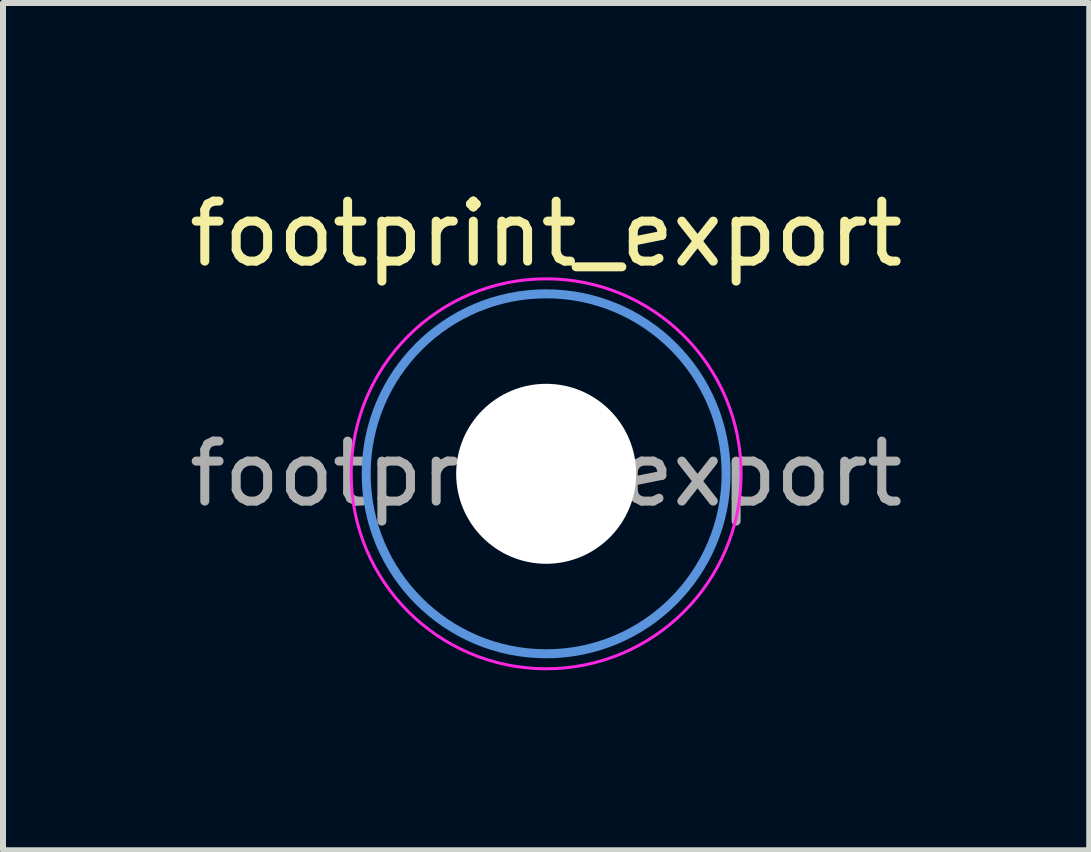
<source format=kicad_pcb>
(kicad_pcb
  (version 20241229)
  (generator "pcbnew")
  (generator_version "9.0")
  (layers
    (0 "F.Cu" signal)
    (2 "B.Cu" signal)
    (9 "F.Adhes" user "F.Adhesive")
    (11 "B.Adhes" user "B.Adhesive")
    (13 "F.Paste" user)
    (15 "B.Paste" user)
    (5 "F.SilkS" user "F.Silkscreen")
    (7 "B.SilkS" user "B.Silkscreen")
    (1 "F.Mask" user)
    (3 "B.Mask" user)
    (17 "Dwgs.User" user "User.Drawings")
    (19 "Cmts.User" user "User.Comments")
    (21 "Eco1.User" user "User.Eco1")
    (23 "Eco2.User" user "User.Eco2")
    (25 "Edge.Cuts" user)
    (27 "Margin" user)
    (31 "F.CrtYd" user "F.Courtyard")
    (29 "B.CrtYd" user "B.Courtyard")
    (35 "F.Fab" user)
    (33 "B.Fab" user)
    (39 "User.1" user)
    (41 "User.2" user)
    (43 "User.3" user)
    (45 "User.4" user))
  (footprint "footprint_export"
    (layer "F.Cu")
    (at 6.054 4.848)
    (property "Reference" "footprint_export" (at 0 -4 0) (layer "F.SilkS") (effects (font (size 1 1) (thickness 0.15))))
    (attr exclude_from_pos_files exclude_from_bom)
    (fp_circle (center 0 0) (end 3 0) (stroke (width 0.15) (type solid)) (fill no) (layer "Cmts.User"))
    (fp_circle (center 0 0) (end 3.25 0) (stroke (width 0.05) (type solid)) (fill no) (layer "F.CrtYd"))
    (fp_text user "${REFERENCE}" (at 0 0 0) (layer "F.Fab") (effects (font (size 1 1) (thickness 0.15))))
    (pad "" np_thru_hole circle (at 0 0) (size 3 3) (drill 3) (layers "*.Cu" "*.Mask")))
  (gr_rect
    (start -3 -3)
    (end 15.107 11.123)
    (stroke (width 0.1) (type default))
    (fill no)
    (layer "Edge.Cuts")))
</source>
